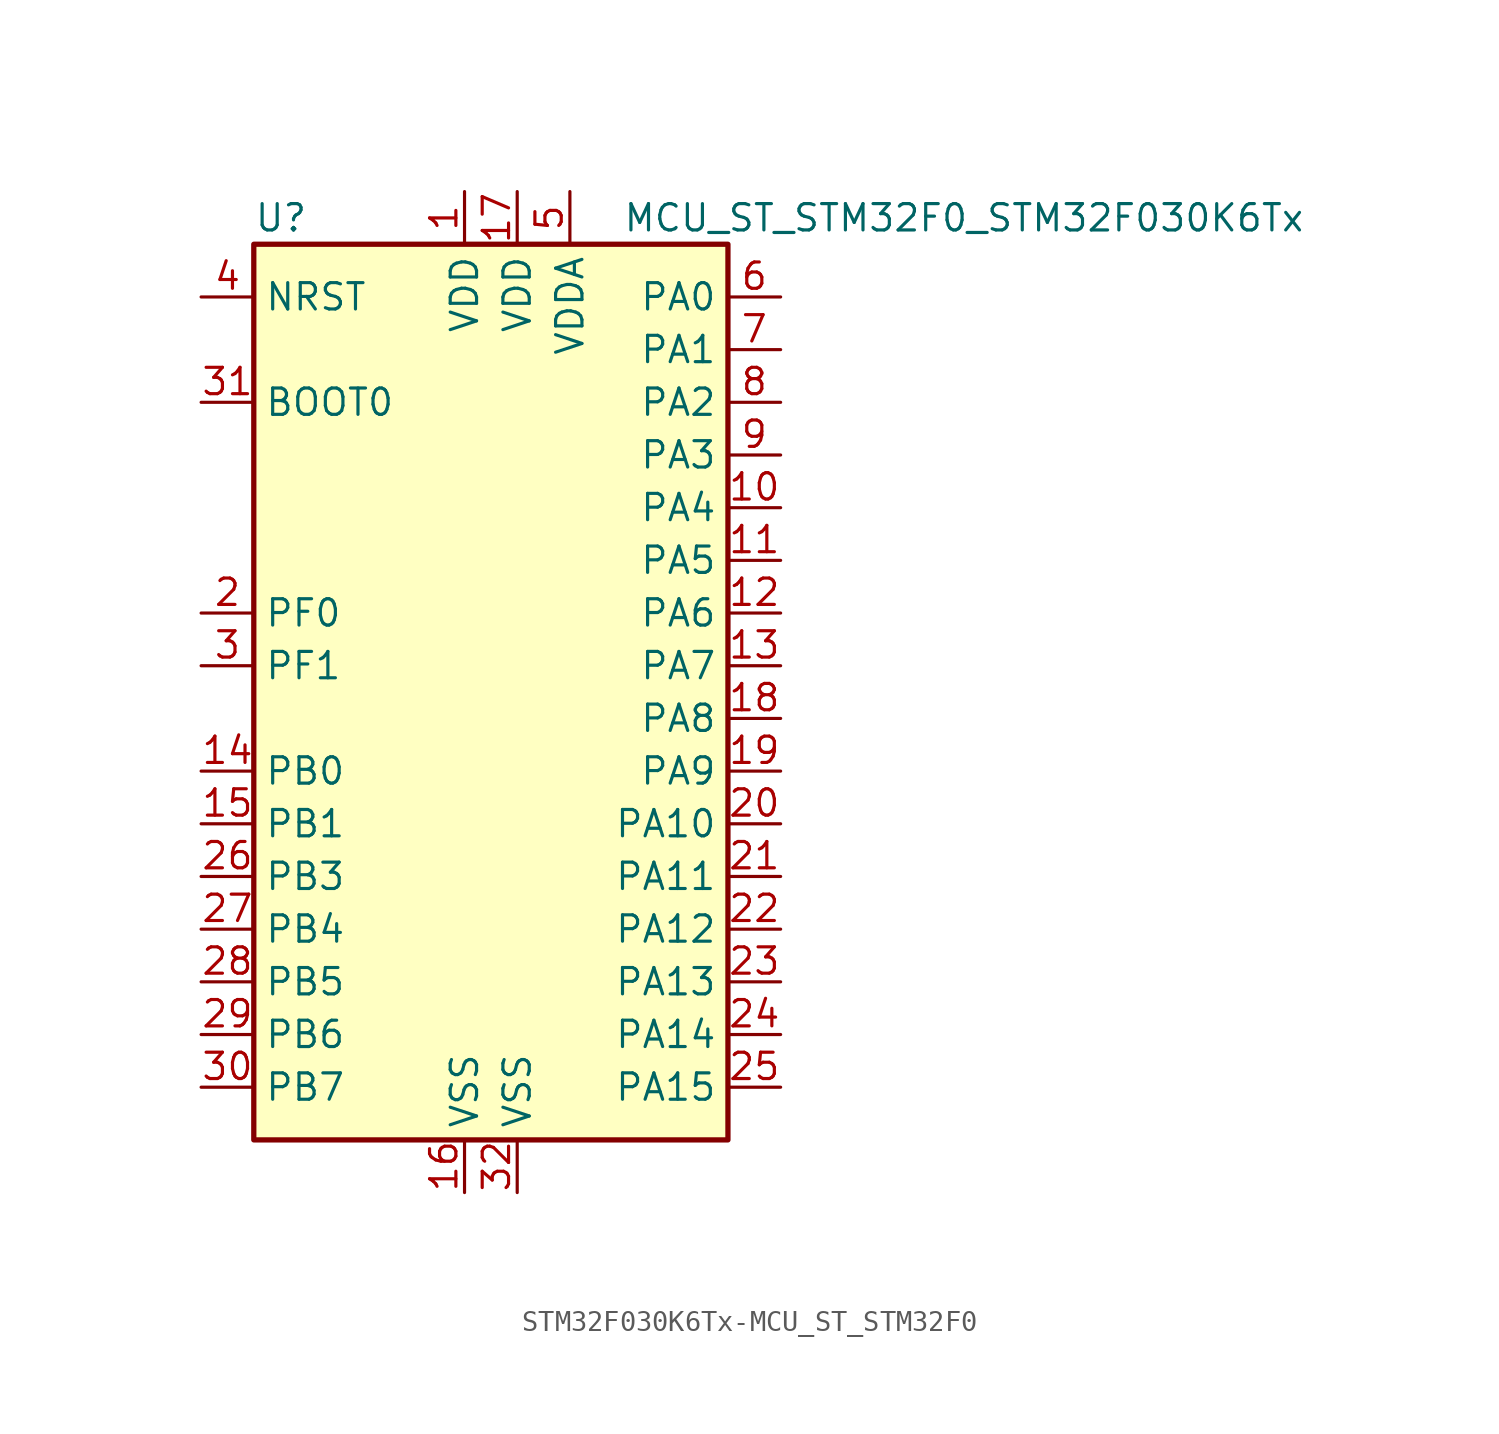
<source format=kicad_sym>
(kicad_symbol_lib
  (version 20231120)
  (generator "kicad_symbol_editor")
  (generator_version "8.0")
  (symbol "STM32F030K6Tx-MCU_ST_STM32F0"
    (property "Reference" "U"
      (at -12.7 21.59 0)
      (effects (font (size 1.27 1.27)) (justify left)))
    (property "Value" "MCU_ST_STM32F0_STM32F030K6Tx"
      (at 5.08 21.59 0)
      (effects (font (size 1.27 1.27)) (justify left)))
    (symbol "STM32F030K6Tx-MCU_ST_STM32F0_0_1"
      (rectangle (start -12.7 -22.86) (end 10.16 20.32) (stroke (width 0.254) (type solid)) (fill (type background))))
    (symbol "STM32F030K6Tx-MCU_ST_STM32F0_1_1"
      (pin power_in line (at -2.54 22.86 270) (length 2.54) (name "VDD" (effects (font (size 1.27 1.27)))) (number "1" (effects (font (size 1.27 1.27)))))
      (pin bidirectional line (at 12.7 7.62 180) (length 2.54) (name "PA4" (effects (font (size 1.27 1.27)))) (number "10" (effects (font (size 1.27 1.27)))))
      (pin bidirectional line (at 12.7 5.08 180) (length 2.54) (name "PA5" (effects (font (size 1.27 1.27)))) (number "11" (effects (font (size 1.27 1.27)))))
      (pin bidirectional line (at 12.7 2.54 180) (length 2.54) (name "PA6" (effects (font (size 1.27 1.27)))) (number "12" (effects (font (size 1.27 1.27)))))
      (pin bidirectional line (at 12.7 0 180) (length 2.54) (name "PA7" (effects (font (size 1.27 1.27)))) (number "13" (effects (font (size 1.27 1.27)))))
      (pin bidirectional line (at -15.24 -5.08 0) (length 2.54) (name "PB0" (effects (font (size 1.27 1.27)))) (number "14" (effects (font (size 1.27 1.27)))))
      (pin bidirectional line (at -15.24 -7.62 0) (length 2.54) (name "PB1" (effects (font (size 1.27 1.27)))) (number "15" (effects (font (size 1.27 1.27)))))
      (pin power_in line (at -2.54 -25.4 90) (length 2.54) (name "VSS" (effects (font (size 1.27 1.27)))) (number "16" (effects (font (size 1.27 1.27)))))
      (pin power_in line (at 0 22.86 270) (length 2.54) (name "VDD" (effects (font (size 1.27 1.27)))) (number "17" (effects (font (size 1.27 1.27)))))
      (pin bidirectional line (at 12.7 -2.54 180) (length 2.54) (name "PA8" (effects (font (size 1.27 1.27)))) (number "18" (effects (font (size 1.27 1.27)))))
      (pin bidirectional line (at 12.7 -5.08 180) (length 2.54) (name "PA9" (effects (font (size 1.27 1.27)))) (number "19" (effects (font (size 1.27 1.27)))))
      (pin input line (at -15.24 2.54 0) (length 2.54) (name "PF0" (effects (font (size 1.27 1.27)))) (number "2" (effects (font (size 1.27 1.27)))))
      (pin bidirectional line (at 12.7 -7.62 180) (length 2.54) (name "PA10" (effects (font (size 1.27 1.27)))) (number "20" (effects (font (size 1.27 1.27)))))
      (pin bidirectional line (at 12.7 -10.16 180) (length 2.54) (name "PA11" (effects (font (size 1.27 1.27)))) (number "21" (effects (font (size 1.27 1.27)))))
      (pin bidirectional line (at 12.7 -12.7 180) (length 2.54) (name "PA12" (effects (font (size 1.27 1.27)))) (number "22" (effects (font (size 1.27 1.27)))))
      (pin bidirectional line (at 12.7 -15.24 180) (length 2.54) (name "PA13" (effects (font (size 1.27 1.27)))) (number "23" (effects (font (size 1.27 1.27)))))
      (pin bidirectional line (at 12.7 -17.78 180) (length 2.54) (name "PA14" (effects (font (size 1.27 1.27)))) (number "24" (effects (font (size 1.27 1.27)))))
      (pin bidirectional line (at 12.7 -20.32 180) (length 2.54) (name "PA15" (effects (font (size 1.27 1.27)))) (number "25" (effects (font (size 1.27 1.27)))))
      (pin bidirectional line (at -15.24 -10.16 0) (length 2.54) (name "PB3" (effects (font (size 1.27 1.27)))) (number "26" (effects (font (size 1.27 1.27)))))
      (pin bidirectional line (at -15.24 -12.7 0) (length 2.54) (name "PB4" (effects (font (size 1.27 1.27)))) (number "27" (effects (font (size 1.27 1.27)))))
      (pin bidirectional line (at -15.24 -15.24 0) (length 2.54) (name "PB5" (effects (font (size 1.27 1.27)))) (number "28" (effects (font (size 1.27 1.27)))))
      (pin bidirectional line (at -15.24 -17.78 0) (length 2.54) (name "PB6" (effects (font (size 1.27 1.27)))) (number "29" (effects (font (size 1.27 1.27)))))
      (pin input line (at -15.24 0 0) (length 2.54) (name "PF1" (effects (font (size 1.27 1.27)))) (number "3" (effects (font (size 1.27 1.27)))))
      (pin bidirectional line (at -15.24 -20.32 0) (length 2.54) (name "PB7" (effects (font (size 1.27 1.27)))) (number "30" (effects (font (size 1.27 1.27)))))
      (pin input line (at -15.24 12.7 0) (length 2.54) (name "BOOT0" (effects (font (size 1.27 1.27)))) (number "31" (effects (font (size 1.27 1.27)))))
      (pin power_in line (at 0 -25.4 90) (length 2.54) (name "VSS" (effects (font (size 1.27 1.27)))) (number "32" (effects (font (size 1.27 1.27)))))
      (pin input line (at -15.24 17.78 0) (length 2.54) (name "NRST" (effects (font (size 1.27 1.27)))) (number "4" (effects (font (size 1.27 1.27)))))
      (pin power_in line (at 2.54 22.86 270) (length 2.54) (name "VDDA" (effects (font (size 1.27 1.27)))) (number "5" (effects (font (size 1.27 1.27)))))
      (pin bidirectional line (at 12.7 17.78 180) (length 2.54) (name "PA0" (effects (font (size 1.27 1.27)))) (number "6" (effects (font (size 1.27 1.27)))))
      (pin bidirectional line (at 12.7 15.24 180) (length 2.54) (name "PA1" (effects (font (size 1.27 1.27)))) (number "7" (effects (font (size 1.27 1.27)))))
      (pin bidirectional line (at 12.7 12.7 180) (length 2.54) (name "PA2" (effects (font (size 1.27 1.27)))) (number "8" (effects (font (size 1.27 1.27)))))
      (pin bidirectional line (at 12.7 10.16 180) (length 2.54) (name "PA3" (effects (font (size 1.27 1.27)))) (number "9" (effects (font (size 1.27 1.27))))))))
</source>
